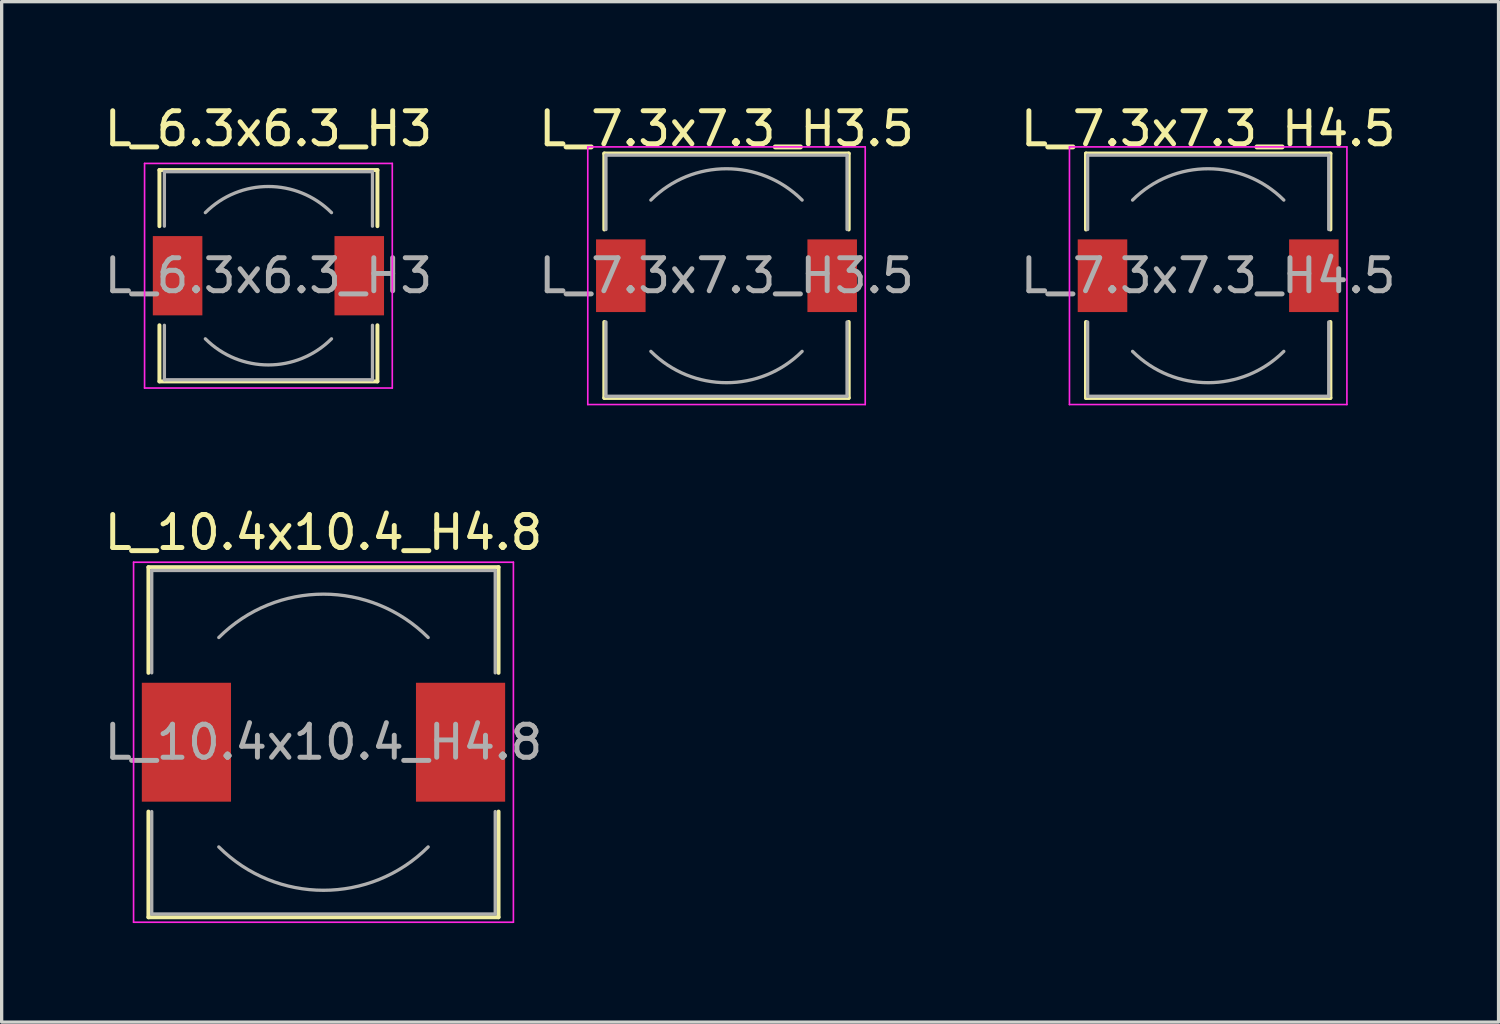
<source format=kicad_pcb>
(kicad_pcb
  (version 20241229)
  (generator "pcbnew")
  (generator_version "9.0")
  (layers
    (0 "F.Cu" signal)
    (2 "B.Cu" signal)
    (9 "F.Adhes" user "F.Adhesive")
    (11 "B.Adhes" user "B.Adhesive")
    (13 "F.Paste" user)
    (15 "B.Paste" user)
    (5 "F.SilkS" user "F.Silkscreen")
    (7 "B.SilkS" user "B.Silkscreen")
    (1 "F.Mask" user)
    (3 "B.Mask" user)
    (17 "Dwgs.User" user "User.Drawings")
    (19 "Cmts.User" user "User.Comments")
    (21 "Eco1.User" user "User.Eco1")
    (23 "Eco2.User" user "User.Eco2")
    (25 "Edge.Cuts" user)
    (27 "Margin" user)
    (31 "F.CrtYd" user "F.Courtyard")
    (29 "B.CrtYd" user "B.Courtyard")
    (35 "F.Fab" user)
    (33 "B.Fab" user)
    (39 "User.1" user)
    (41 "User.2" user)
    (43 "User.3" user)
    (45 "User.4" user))
  (footprint "L_10.4x10.4_H4.8"
    (layer "F.Cu")
    (at 6.744 19.422)
    (property "Reference" "L_10.4x10.4_H4.8" (at 0 -6.35 0) (layer "F.SilkS") (effects (font (size 1 1) (thickness 0.15))))
    (attr smd)
    (fp_line (start -5.3 -5.3) (end 5.3 -5.3) (stroke (width 0.12) (type solid)) (layer "F.SilkS"))
    (fp_line (start -5.3 -2.1) (end -5.3 -5.3) (stroke (width 0.12) (type solid)) (layer "F.SilkS"))
    (fp_line (start -5.3 5.3) (end -5.3 2.1) (stroke (width 0.12) (type solid)) (layer "F.SilkS"))
    (fp_line (start 5.3 -5.3) (end 5.3 -2.1) (stroke (width 0.12) (type solid)) (layer "F.SilkS"))
    (fp_line (start 5.3 2.1) (end 5.3 5.3) (stroke (width 0.12) (type solid)) (layer "F.SilkS"))
    (fp_line (start 5.3 5.3) (end -5.3 5.3) (stroke (width 0.12) (type solid)) (layer "F.SilkS"))
    (fp_line (start -5.75 -5.45) (end -5.75 5.45) (stroke (width 0.05) (type solid)) (layer "F.CrtYd"))
    (fp_line (start -5.75 5.45) (end 5.75 5.45) (stroke (width 0.05) (type solid)) (layer "F.CrtYd"))
    (fp_line (start 5.75 -5.45) (end -5.75 -5.45) (stroke (width 0.05) (type solid)) (layer "F.CrtYd"))
    (fp_line (start 5.75 5.45) (end 5.75 -5.45) (stroke (width 0.05) (type solid)) (layer "F.CrtYd"))
    (fp_line (start -5.2 -5.2) (end -5.2 -2.1) (stroke (width 0.1) (type solid)) (layer "F.Fab"))
    (fp_line (start -5.2 -5.2) (end 5.2 -5.2) (stroke (width 0.1) (type solid)) (layer "F.Fab"))
    (fp_line (start -5.2 5.2) (end -5.2 2.1) (stroke (width 0.1) (type solid)) (layer "F.Fab"))
    (fp_line (start -5.2 5.2) (end 5.2 5.2) (stroke (width 0.1) (type solid)) (layer "F.Fab"))
    (fp_line (start 5.2 -5.2) (end 5.2 -2.1) (stroke (width 0.1) (type solid)) (layer "F.Fab"))
    (fp_line (start 5.2 5.2) (end 5.2 2.1) (stroke (width 0.1) (type solid)) (layer "F.Fab"))
    (fp_arc (start -3.17 -3.17) (mid 0 -4.483057) (end 3.17 -3.17) (stroke (width 0.1) (type solid)) (layer "F.Fab"))
    (fp_arc (start 3.17 3.17) (mid 0 4.483057) (end -3.17 3.17) (stroke (width 0.1) (type solid)) (layer "F.Fab"))
    (fp_text user "${REFERENCE}" (at 0 0 0) (layer "F.Fab") (effects (font (size 1 1) (thickness 0.15))))
    (pad "1" smd rect (at -4.15 0) (size 2.7 3.6) (layers "F.Cu" "F.Mask" "F.Paste"))
    (pad "2" smd rect (at 4.15 0) (size 2.7 3.6) (layers "F.Cu" "F.Mask" "F.Paste")))
  (footprint "L_6.3x6.3_H3"
    (layer "F.Cu")
    (at 5.077 5.298)
    (property "Reference" "L_6.3x6.3_H3" (at 0 -4.45 0) (layer "F.SilkS") (effects (font (size 1 1) (thickness 0.15))))
    (attr smd)
    (fp_line (start -3.3 -3.2) (end 3.3 -3.2) (stroke (width 0.12) (type solid)) (layer "F.SilkS"))
    (fp_line (start -3.3 -1.5) (end -3.3 -3.2) (stroke (width 0.12) (type solid)) (layer "F.SilkS"))
    (fp_line (start -3.3 3.2) (end -3.3 1.5) (stroke (width 0.12) (type solid)) (layer "F.SilkS"))
    (fp_line (start 3.3 -3.2) (end 3.3 -1.5) (stroke (width 0.12) (type solid)) (layer "F.SilkS"))
    (fp_line (start 3.3 1.5) (end 3.3 3.2) (stroke (width 0.12) (type solid)) (layer "F.SilkS"))
    (fp_line (start 3.3 3.2) (end -3.3 3.2) (stroke (width 0.12) (type solid)) (layer "F.SilkS"))
    (fp_line (start -3.75 -3.4) (end -3.75 3.4) (stroke (width 0.05) (type solid)) (layer "F.CrtYd"))
    (fp_line (start -3.75 3.4) (end 3.75 3.4) (stroke (width 0.05) (type solid)) (layer "F.CrtYd"))
    (fp_line (start 3.75 -3.4) (end -3.75 -3.4) (stroke (width 0.05) (type solid)) (layer "F.CrtYd"))
    (fp_line (start 3.75 3.4) (end 3.75 -3.4) (stroke (width 0.05) (type solid)) (layer "F.CrtYd"))
    (fp_line (start -3.15 -3.15) (end -3.15 -1.5) (stroke (width 0.1) (type solid)) (layer "F.Fab"))
    (fp_line (start -3.15 -3.15) (end 3.15 -3.15) (stroke (width 0.1) (type solid)) (layer "F.Fab"))
    (fp_line (start -3.15 3.15) (end -3.15 1.5) (stroke (width 0.1) (type solid)) (layer "F.Fab"))
    (fp_line (start -3.15 3.15) (end 3.15 3.15) (stroke (width 0.1) (type solid)) (layer "F.Fab"))
    (fp_line (start 3.15 -3.15) (end 3.15 -1.5) (stroke (width 0.1) (type solid)) (layer "F.Fab"))
    (fp_line (start 3.15 3.15) (end 3.15 1.5) (stroke (width 0.1) (type solid)) (layer "F.Fab"))
    (fp_arc (start -1.91 -1.91) (mid 0 -2.701148) (end 1.91 -1.91) (stroke (width 0.1) (type solid)) (layer "F.Fab"))
    (fp_arc (start 1.91 1.91) (mid 0 2.701148) (end -1.91 1.91) (stroke (width 0.1) (type solid)) (layer "F.Fab"))
    (fp_text user "${REFERENCE}" (at 0 0 0) (layer "F.Fab") (effects (font (size 1 1) (thickness 0.15))))
    (pad "1" smd rect (at -2.75 0) (size 1.5 2.4) (layers "F.Cu" "F.Mask" "F.Paste"))
    (pad "2" smd rect (at 2.75 0) (size 1.5 2.4) (layers "F.Cu" "F.Mask" "F.Paste")))
  (footprint "L_7.3x7.3_H3.5"
    (layer "F.Cu")
    (at 18.946 5.298)
    (property "Reference" "L_7.3x7.3_H3.5" (at 0 -4.45 0) (layer "F.SilkS") (effects (font (size 1 1) (thickness 0.15))))
    (attr smd)
    (fp_line (start -3.7 -3.7) (end 3.7 -3.7) (stroke (width 0.12) (type solid)) (layer "F.SilkS"))
    (fp_line (start -3.7 -1.4) (end -3.7 -3.7) (stroke (width 0.12) (type solid)) (layer "F.SilkS"))
    (fp_line (start -3.7 3.7) (end -3.7 1.4) (stroke (width 0.12) (type solid)) (layer "F.SilkS"))
    (fp_line (start 3.7 -3.7) (end 3.7 -1.4) (stroke (width 0.12) (type solid)) (layer "F.SilkS"))
    (fp_line (start 3.7 1.4) (end 3.7 3.7) (stroke (width 0.12) (type solid)) (layer "F.SilkS"))
    (fp_line (start 3.7 3.7) (end -3.7 3.7) (stroke (width 0.12) (type solid)) (layer "F.SilkS"))
    (fp_line (start -4.2 -3.9) (end -4.2 3.9) (stroke (width 0.05) (type solid)) (layer "F.CrtYd"))
    (fp_line (start -4.2 3.9) (end 4.2 3.9) (stroke (width 0.05) (type solid)) (layer "F.CrtYd"))
    (fp_line (start 4.2 -3.9) (end -4.2 -3.9) (stroke (width 0.05) (type solid)) (layer "F.CrtYd"))
    (fp_line (start 4.2 3.9) (end 4.2 -3.9) (stroke (width 0.05) (type solid)) (layer "F.CrtYd"))
    (fp_line (start -3.65 -3.65) (end -3.65 -1.4) (stroke (width 0.1) (type solid)) (layer "F.Fab"))
    (fp_line (start -3.65 -3.65) (end 3.65 -3.65) (stroke (width 0.1) (type solid)) (layer "F.Fab"))
    (fp_line (start -3.65 3.65) (end -3.65 1.4) (stroke (width 0.1) (type solid)) (layer "F.Fab"))
    (fp_line (start 3.65 -3.65) (end 3.65 -1.4) (stroke (width 0.1) (type solid)) (layer "F.Fab"))
    (fp_line (start 3.65 3.65) (end -3.65 3.65) (stroke (width 0.1) (type solid)) (layer "F.Fab"))
    (fp_line (start 3.65 3.65) (end 3.65 1.4) (stroke (width 0.1) (type solid)) (layer "F.Fab"))
    (fp_arc (start -2.29 -2.29) (mid 0 -3.238549) (end 2.29 -2.29) (stroke (width 0.1) (type solid)) (layer "F.Fab"))
    (fp_arc (start 2.29 2.29) (mid 0 3.238549) (end -2.29 2.29) (stroke (width 0.1) (type solid)) (layer "F.Fab"))
    (fp_text user "${REFERENCE}" (at 0 0 0) (layer "F.Fab") (effects (font (size 1 1) (thickness 0.15))))
    (pad "1" smd rect (at -3.2 0) (size 1.5 2.2) (layers "F.Cu" "F.Mask" "F.Paste"))
    (pad "2" smd rect (at 3.2 0) (size 1.5 2.2) (layers "F.Cu" "F.Mask" "F.Paste")))
  (footprint "L_7.3x7.3_H4.5"
    (layer "F.Cu")
    (at 33.53 5.298)
    (property "Reference" "L_7.3x7.3_H4.5" (at 0 -4.45 0) (layer "F.SilkS") (effects (font (size 1 1) (thickness 0.15))))
    (attr smd)
    (fp_line (start -3.7 -3.7) (end 3.7 -3.7) (stroke (width 0.12) (type solid)) (layer "F.SilkS"))
    (fp_line (start -3.7 -1.4) (end -3.7 -3.7) (stroke (width 0.12) (type solid)) (layer "F.SilkS"))
    (fp_line (start -3.7 3.7) (end -3.7 1.4) (stroke (width 0.12) (type solid)) (layer "F.SilkS"))
    (fp_line (start 3.7 -3.7) (end 3.7 -1.4) (stroke (width 0.12) (type solid)) (layer "F.SilkS"))
    (fp_line (start 3.7 1.4) (end 3.7 3.7) (stroke (width 0.12) (type solid)) (layer "F.SilkS"))
    (fp_line (start 3.7 3.7) (end -3.7 3.7) (stroke (width 0.12) (type solid)) (layer "F.SilkS"))
    (fp_line (start -4.2 -3.9) (end -4.2 3.9) (stroke (width 0.05) (type solid)) (layer "F.CrtYd"))
    (fp_line (start -4.2 3.9) (end 4.2 3.9) (stroke (width 0.05) (type solid)) (layer "F.CrtYd"))
    (fp_line (start 4.2 -3.9) (end -4.2 -3.9) (stroke (width 0.05) (type solid)) (layer "F.CrtYd"))
    (fp_line (start 4.2 3.9) (end 4.2 -3.9) (stroke (width 0.05) (type solid)) (layer "F.CrtYd"))
    (fp_line (start -3.65 -3.65) (end -3.65 -1.4) (stroke (width 0.1) (type solid)) (layer "F.Fab"))
    (fp_line (start -3.65 -3.65) (end 3.65 -3.65) (stroke (width 0.1) (type solid)) (layer "F.Fab"))
    (fp_line (start -3.65 3.65) (end -3.65 1.4) (stroke (width 0.1) (type solid)) (layer "F.Fab"))
    (fp_line (start 3.65 -3.65) (end 3.65 -1.4) (stroke (width 0.1) (type solid)) (layer "F.Fab"))
    (fp_line (start 3.65 3.65) (end -3.65 3.65) (stroke (width 0.1) (type solid)) (layer "F.Fab"))
    (fp_line (start 3.65 3.65) (end 3.65 1.4) (stroke (width 0.1) (type solid)) (layer "F.Fab"))
    (fp_arc (start -2.29 -2.29) (mid 0 -3.238549) (end 2.29 -2.29) (stroke (width 0.1) (type solid)) (layer "F.Fab"))
    (fp_arc (start 2.29 2.29) (mid 0 3.238549) (end -2.29 2.29) (stroke (width 0.1) (type solid)) (layer "F.Fab"))
    (fp_text user "${REFERENCE}" (at 0 0 0) (layer "F.Fab") (effects (font (size 1 1) (thickness 0.15))))
    (pad "1" smd rect (at -3.2 0) (size 1.5 2.2) (layers "F.Cu" "F.Mask" "F.Paste"))
    (pad "2" smd rect (at 3.2 0) (size 1.5 2.2) (layers "F.Cu" "F.Mask" "F.Paste")))
  (gr_rect
    (start -3 -3)
    (end 42.321 27.896)
    (stroke (width 0.1) (type default))
    (fill no)
    (layer "Edge.Cuts")))
</source>
